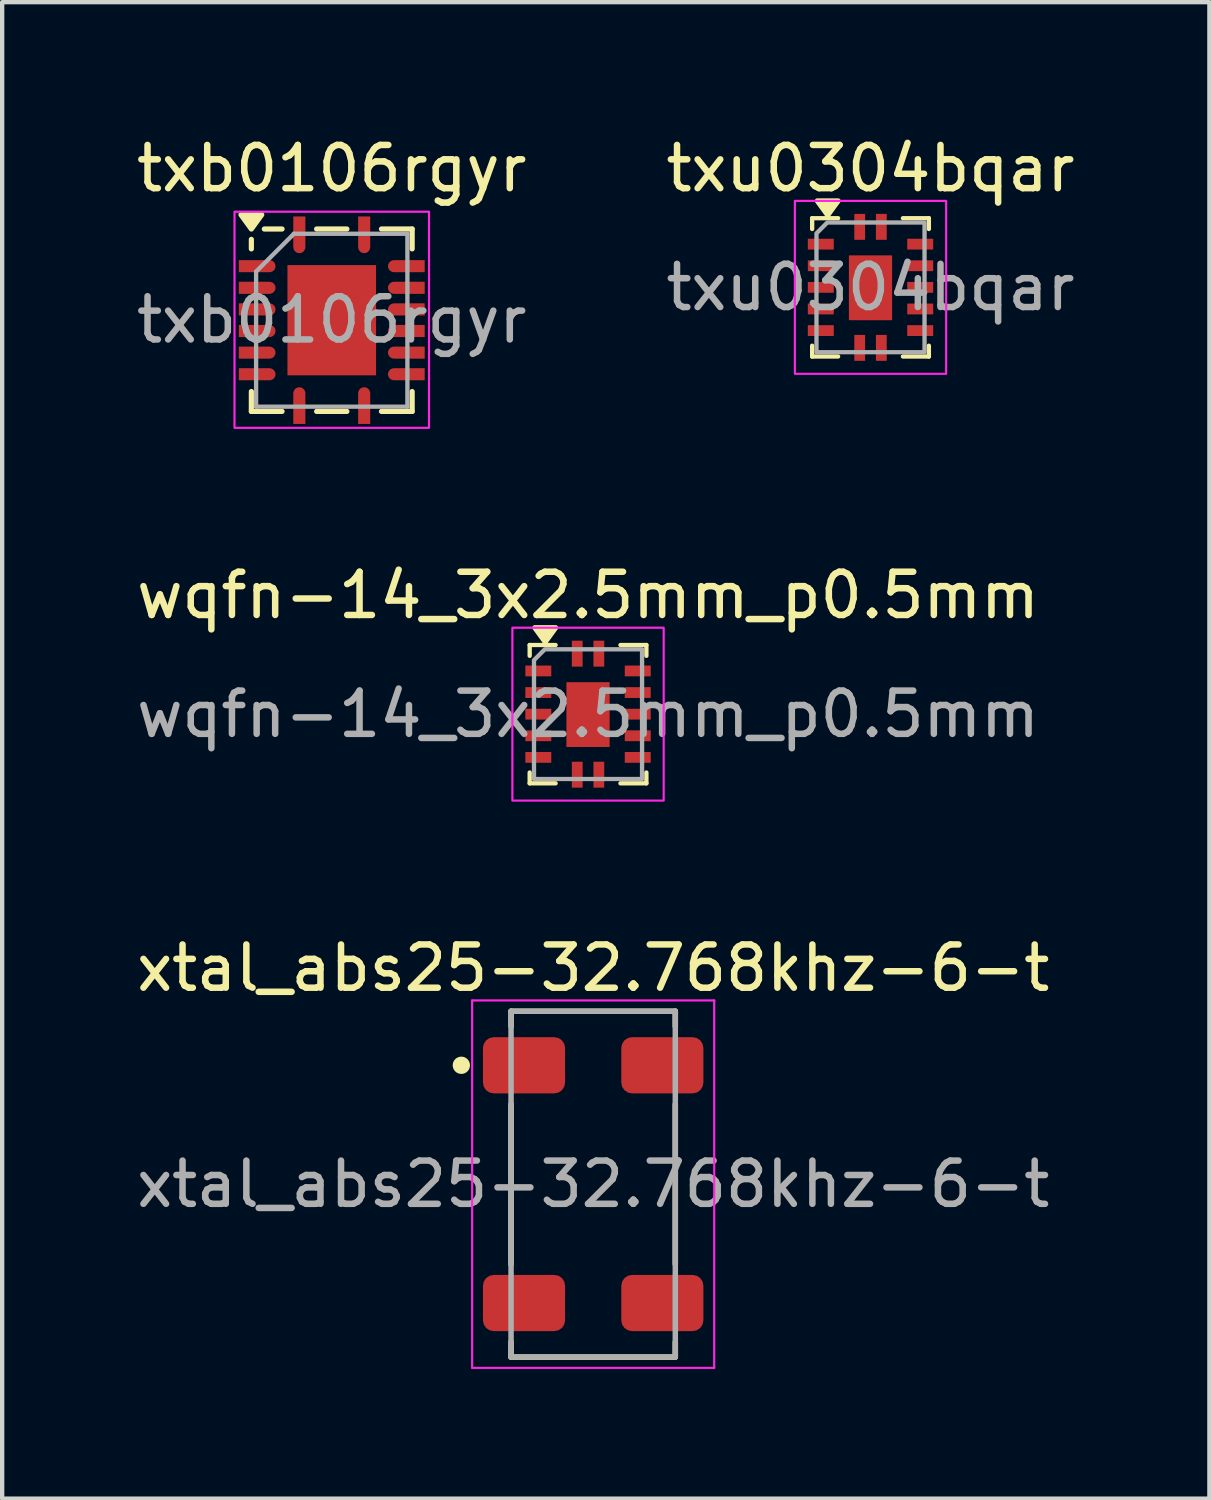
<source format=kicad_pcb>
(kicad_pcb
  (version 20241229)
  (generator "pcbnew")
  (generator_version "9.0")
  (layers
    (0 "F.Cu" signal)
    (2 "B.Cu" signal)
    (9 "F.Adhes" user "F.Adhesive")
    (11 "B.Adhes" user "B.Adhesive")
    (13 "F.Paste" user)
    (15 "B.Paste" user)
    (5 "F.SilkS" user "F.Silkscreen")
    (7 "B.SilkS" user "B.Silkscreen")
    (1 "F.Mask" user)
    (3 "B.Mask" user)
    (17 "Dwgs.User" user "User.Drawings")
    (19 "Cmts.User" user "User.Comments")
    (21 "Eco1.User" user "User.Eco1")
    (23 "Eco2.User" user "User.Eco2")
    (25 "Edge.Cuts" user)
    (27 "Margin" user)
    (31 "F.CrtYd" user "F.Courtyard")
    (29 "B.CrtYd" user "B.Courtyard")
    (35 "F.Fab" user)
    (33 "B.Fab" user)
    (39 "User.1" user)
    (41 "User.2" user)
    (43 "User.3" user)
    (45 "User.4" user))
  (footprint "xtal_abs25-32.768khz-6-t"
    (layer "F.Cu")
    (at 10.673 24.345)
    (property "Reference" "xtal_abs25-32.768khz-6-t" (at 0 -5 0) (layer "F.SilkS") (effects (font (size 1 1) (thickness 0.15))))
    (attr smd)
    (fp_line (start -1.9 -4) (end -1.9 -3.65) (stroke (width 0.127) (type solid)) (layer "F.SilkS"))
    (fp_line (start -1.9 -1.85) (end -1.9 1.85) (stroke (width 0.127) (type solid)) (layer "F.SilkS"))
    (fp_line (start -1.9 3.65) (end -1.9 4) (stroke (width 0.127) (type solid)) (layer "F.SilkS"))
    (fp_line (start -1.9 4) (end 1.9 4) (stroke (width 0.127) (type solid)) (layer "F.SilkS"))
    (fp_line (start 1.9 -4) (end -1.9 -4) (stroke (width 0.127) (type solid)) (layer "F.SilkS"))
    (fp_line (start 1.9 -3.65) (end 1.9 -4) (stroke (width 0.127) (type solid)) (layer "F.SilkS"))
    (fp_line (start 1.9 -1.85) (end 1.9 1.85) (stroke (width 0.127) (type solid)) (layer "F.SilkS"))
    (fp_line (start 1.9 4) (end 1.9 3.65) (stroke (width 0.127) (type solid)) (layer "F.SilkS"))
    (fp_circle (center -3.05 -2.75) (end -2.85 -2.75) (stroke (width 0) (type solid)) (fill yes) (layer "F.SilkS"))
    (fp_line (start -2.8 -4.25) (end 2.8 -4.25) (stroke (width 0.05) (type solid)) (layer "F.CrtYd"))
    (fp_line (start -2.8 4.25) (end -2.8 -4.25) (stroke (width 0.05) (type solid)) (layer "F.CrtYd"))
    (fp_line (start 2.8 -4.25) (end 2.8 4.25) (stroke (width 0.05) (type solid)) (layer "F.CrtYd"))
    (fp_line (start 2.8 4.25) (end -2.8 4.25) (stroke (width 0.05) (type solid)) (layer "F.CrtYd"))
    (fp_line (start -1.9 -4) (end 1.9 -4) (stroke (width 0.127) (type solid)) (layer "F.Fab"))
    (fp_line (start -1.9 4) (end -1.9 -4) (stroke (width 0.127) (type solid)) (layer "F.Fab"))
    (fp_line (start 1.9 -4) (end 1.9 4) (stroke (width 0.127) (type solid)) (layer "F.Fab"))
    (fp_line (start 1.9 4) (end -1.9 4) (stroke (width 0.127) (type solid)) (layer "F.Fab"))
    (fp_text user "${REFERENCE}" (at 0 0 0) (layer "F.Fab") (effects (font (size 1 1) (thickness 0.15))))
    (pad "1" smd roundrect (at -1.6 -2.75) (size 1.9 1.3) (layers "F.Cu" "F.Mask" "F.Paste") (roundrect_rratio 0.192))
    (pad "2" smd roundrect (at -1.6 2.75) (size 1.9 1.3) (layers "F.Cu" "F.Mask" "F.Paste") (roundrect_rratio 0.192))
    (pad "3" smd roundrect (at 1.6 2.75) (size 1.9 1.3) (layers "F.Cu" "F.Mask" "F.Paste") (roundrect_rratio 0.192))
    (pad "4" smd roundrect (at 1.6 -2.75) (size 1.9 1.3) (layers "F.Cu" "F.Mask" "F.Paste") (roundrect_rratio 0.192)))
  (footprint "txb0106rgyr"
    (layer "F.Cu")
    (at 4.625 4.348)
    (property "Reference" "txb0106rgyr" (at 0 -3.5 0) (unlocked yes) (layer "F.SilkS") (effects (font (size 1 1) (thickness 0.15))))
    (attr smd)
    (fp_line (start -1.86 -1.64) (end -1.86 -1.86) (stroke (width 0.12) (type solid)) (layer "F.SilkS"))
    (fp_line (start -1.86 2.12) (end -1.86 1.66) (stroke (width 0.12) (type solid)) (layer "F.SilkS"))
    (fp_line (start -1.15 -2.1) (end -1.56 -2.1) (stroke (width 0.12) (type solid)) (layer "F.SilkS"))
    (fp_line (start -1.15 2.12) (end -1.86 2.12) (stroke (width 0.12) (type solid)) (layer "F.SilkS"))
    (fp_line (start 0.35 -2.1) (end -0.35 -2.1) (stroke (width 0.12) (type solid)) (layer "F.SilkS"))
    (fp_line (start 0.35 2.12) (end -0.35 2.12) (stroke (width 0.12) (type solid)) (layer "F.SilkS"))
    (fp_line (start 1.15 -2.1) (end 1.86 -2.1) (stroke (width 0.12) (type solid)) (layer "F.SilkS"))
    (fp_line (start 1.15 2.12) (end 1.86 2.12) (stroke (width 0.12) (type solid)) (layer "F.SilkS"))
    (fp_line (start 1.86 -2.1) (end 1.86 -1.64) (stroke (width 0.12) (type solid)) (layer "F.SilkS"))
    (fp_line (start 1.86 2.12) (end 1.86 1.66) (stroke (width 0.12) (type solid)) (layer "F.SilkS"))
    (fp_poly (pts (xy -1.86 -2.1) (xy -2.1 -2.43) (xy -1.62 -2.43) (xy -1.86 -2.1)) (stroke (width 0.12) (type solid)) (fill yes) (layer "F.SilkS"))
    (fp_poly (pts (xy -2.25 -2.5) (xy 2.25 -2.5) (xy 2.25 2.5) (xy -2.25 2.5)) (stroke (width 0.05) (type solid)) (fill no) (layer "F.CrtYd"))
    (fp_line (start -1.75 -1.115) (end -0.875 -1.99) (stroke (width 0.1) (type solid)) (layer "F.Fab"))
    (fp_line (start -1.75 2.01) (end -1.75 -1.115) (stroke (width 0.1) (type solid)) (layer "F.Fab"))
    (fp_line (start -0.875 -1.99) (end 1.75 -1.99) (stroke (width 0.1) (type solid)) (layer "F.Fab"))
    (fp_line (start 1.75 -1.99) (end 1.75 2.01) (stroke (width 0.1) (type solid)) (layer "F.Fab"))
    (fp_line (start 1.75 2.01) (end -1.75 2.01) (stroke (width 0.1) (type solid)) (layer "F.Fab"))
    (fp_text user "${REFERENCE}" (at 0 0 0) (unlocked yes) (layer "F.Fab") (effects (font (size 1 1) (thickness 0.15))))
    (pad "" smd roundrect (at -0.56 -0.675) (size 0.82 1.07) (layers "F.Paste") (roundrect_rratio 0.25))
    (pad "" smd roundrect (at -0.56 0.695) (size 0.82 1.07) (layers "F.Paste") (roundrect_rratio 0.25))
    (pad "" smd roundrect (at 0.56 -0.675) (size 0.82 1.07) (layers "F.Paste") (roundrect_rratio 0.25))
    (pad "" smd roundrect (at 0.56 0.695) (size 0.82 1.07) (layers "F.Paste") (roundrect_rratio 0.25))
    (pad "1" smd custom (at -0.75 -2.035) (size 0.28 0.71) (layers "F.Cu" "F.Mask" "F.Paste") (options (anchor rect)) (primitives (gr_circle (center 0 0.355) (end 0.14 0.355) (width 0) (fill yes))))
    (pad "2" smd custom (at -1.795 -1.24) (size 0.71 0.28) (layers "F.Cu" "F.Mask" "F.Paste") (options (anchor rect)) (primitives (gr_circle (center 0.355 0) (end 0.495 0) (width 0) (fill yes))))
    (pad "3" smd custom (at -1.795 -0.74) (size 0.71 0.28) (layers "F.Cu" "F.Mask" "F.Paste") (options (anchor rect)) (primitives (gr_circle (center 0.355 0) (end 0.495 0) (width 0) (fill yes))))
    (pad "4" smd custom (at -1.795 -0.24) (size 0.71 0.28) (layers "F.Cu" "F.Mask" "F.Paste") (options (anchor rect)) (primitives (gr_circle (center 0.355 0) (end 0.495 0) (width 0) (fill yes))))
    (pad "5" smd custom (at -1.795 0.26) (size 0.71 0.28) (layers "F.Cu" "F.Mask" "F.Paste") (options (anchor rect)) (primitives (gr_circle (center 0.355 0) (end 0.495 0) (width 0) (fill yes))))
    (pad "6" smd custom (at -1.795 0.76) (size 0.71 0.28) (layers "F.Cu" "F.Mask" "F.Paste") (options (anchor rect)) (primitives (gr_circle (center 0.355 0) (end 0.495 0) (width 0) (fill yes))))
    (pad "7" smd custom (at -1.795 1.26) (size 0.71 0.28) (layers "F.Cu" "F.Mask" "F.Paste") (options (anchor rect)) (primitives (gr_circle (center 0.355 0) (end 0.495 0) (width 0) (fill yes))))
    (pad "8" smd custom (at -0.75 2.055) (size 0.28 0.71) (layers "F.Cu" "F.Mask" "F.Paste") (options (anchor rect)) (primitives (gr_circle (center 0 -0.355) (end 0.14 -0.355) (width 0) (fill yes))))
    (pad "9" smd custom (at 0.75 2.055) (size 0.28 0.71) (layers "F.Cu" "F.Mask" "F.Paste") (options (anchor rect)) (primitives (gr_circle (center 0 -0.355) (end 0.14 -0.355) (width 0) (fill yes))))
    (pad "10" smd custom (at 1.795 1.26) (size 0.71 0.28) (layers "F.Cu" "F.Mask" "F.Paste") (options (anchor rect)) (primitives (gr_circle (center -0.355 0) (end -0.215 0) (width 0) (fill yes))))
    (pad "11" smd custom (at 1.795 0.76) (size 0.71 0.28) (layers "F.Cu" "F.Mask" "F.Paste") (options (anchor rect)) (primitives (gr_circle (center -0.355 0) (end -0.215 0) (width 0) (fill yes))))
    (pad "12" smd custom (at 1.795 0.26) (size 0.71 0.28) (layers "F.Cu" "F.Mask" "F.Paste") (options (anchor rect)) (primitives (gr_circle (center -0.355 0) (end -0.215 0) (width 0) (fill yes))))
    (pad "13" smd custom (at 1.795 -0.24) (size 0.71 0.28) (layers "F.Cu" "F.Mask" "F.Paste") (options (anchor rect)) (primitives (gr_circle (center -0.355 0) (end -0.215 0) (width 0) (fill yes))))
    (pad "14" smd custom (at 1.795 -0.74) (size 0.71 0.28) (layers "F.Cu" "F.Mask" "F.Paste") (options (anchor rect)) (primitives (gr_circle (center -0.355 0) (end -0.215 0) (width 0) (fill yes))))
    (pad "15" smd custom (at 1.795 -1.24) (size 0.71 0.28) (layers "F.Cu" "F.Mask" "F.Paste") (options (anchor rect)) (primitives (gr_circle (center -0.355 0) (end -0.215 0) (width 0) (fill yes))))
    (pad "16" smd custom (at 0.75 -2.035) (size 0.28 0.71) (layers "F.Cu" "F.Mask" "F.Paste") (options (anchor rect)) (primitives (gr_circle (center 0 0.355) (end 0.14 0.355) (width 0) (fill yes))))
    (pad "17" smd rect (at 0 0.01) (size 2.05 2.55) (layers "F.Cu" "F.Mask")))
  (footprint "txu0304bqar"
    (layer "F.Cu")
    (at 17.089 3.598)
    (property "Reference" "txu0304bqar" (at 0 -2.75 0) (unlocked yes) (layer "F.SilkS") (effects (font (size 1 1) (thickness 0.15))))
    (attr smd)
    (fp_line (start -1.35 -1.6) (end -1.35 -1.35) (stroke (width 0.1) (type solid)) (layer "F.SilkS"))
    (fp_line (start -1.35 1.6) (end -1.35 1.35) (stroke (width 0.1) (type solid)) (layer "F.SilkS"))
    (fp_line (start -1.35 1.6) (end -0.75 1.6) (stroke (width 0.1) (type default)) (layer "F.SilkS"))
    (fp_line (start -0.75 -1.6) (end -1.35 -1.6) (stroke (width 0.1) (type default)) (layer "F.SilkS"))
    (fp_line (start 0.75 1.6) (end 1.35 1.6) (stroke (width 0.1) (type default)) (layer "F.SilkS"))
    (fp_line (start 1.35 -1.6) (end 0.75 -1.6) (stroke (width 0.1) (type default)) (layer "F.SilkS"))
    (fp_line (start 1.35 -1.6) (end 1.35 -1.35) (stroke (width 0.1) (type solid)) (layer "F.SilkS"))
    (fp_line (start 1.35 1.6) (end 1.35 1.35) (stroke (width 0.1) (type solid)) (layer "F.SilkS"))
    (fp_poly (pts (xy -0.99 -1.67) (xy -1.23 -2) (xy -0.75 -2) (xy -0.99 -1.67)) (stroke (width 0.12) (type solid)) (fill yes) (layer "F.SilkS"))
    (fp_poly (pts (xy -1.75 -2) (xy 1.75 -2) (xy 1.75 2) (xy -1.75 2)) (stroke (width 0.05) (type solid)) (fill no) (layer "F.CrtYd"))
    (fp_poly (pts (xy -1.25 -1.25) (xy -1.25 1.5) (xy 1.25 1.5) (xy 1.25 -1.5) (xy -1 -1.5)) (stroke (width 0.1) (type solid)) (fill no) (layer "F.Fab"))
    (fp_text user "${REFERENCE}" (at 0 0 0) (unlocked yes) (layer "F.Fab") (effects (font (size 1 1) (thickness 0.15))))
    (pad "" smd rect (at 0 0) (size 0.95 1.38) (layers "F.Paste"))
    (pad "1" smd rect (at -0.25 -1.4 90) (size 0.6 0.25) (layers "F.Cu" "F.Mask" "F.Paste"))
    (pad "2" smd rect (at -1.15 -1 180) (size 0.6 0.25) (layers "F.Cu" "F.Mask" "F.Paste"))
    (pad "3" smd rect (at -1.15 -0.5 180) (size 0.6 0.25) (layers "F.Cu" "F.Mask" "F.Paste"))
    (pad "4" smd rect (at -1.15 0 180) (size 0.6 0.25) (layers "F.Cu" "F.Mask" "F.Paste"))
    (pad "5" smd rect (at -1.15 0.5 180) (size 0.6 0.25) (layers "F.Cu" "F.Mask" "F.Paste"))
    (pad "6" smd rect (at -1.15 1 180) (size 0.6 0.25) (layers "F.Cu" "F.Mask" "F.Paste"))
    (pad "7" smd rect (at -0.25 1.4 90) (size 0.6 0.25) (layers "F.Cu" "F.Mask" "F.Paste"))
    (pad "8" smd rect (at 0.25 1.4 90) (size 0.6 0.25) (layers "F.Cu" "F.Mask" "F.Paste"))
    (pad "9" smd rect (at 1.15 1 180) (size 0.6 0.25) (layers "F.Cu" "F.Mask" "F.Paste"))
    (pad "10" smd rect (at 1.15 0.5 180) (size 0.6 0.25) (layers "F.Cu" "F.Mask" "F.Paste"))
    (pad "11" smd rect (at 1.15 0 180) (size 0.6 0.25) (layers "F.Cu" "F.Mask" "F.Paste"))
    (pad "12" smd rect (at 1.15 -0.5 180) (size 0.6 0.25) (layers "F.Cu" "F.Mask" "F.Paste"))
    (pad "13" smd rect (at 1.15 -1 180) (size 0.6 0.25) (layers "F.Cu" "F.Mask" "F.Paste"))
    (pad "14" smd rect (at 0.25 -1.4 90) (size 0.6 0.25) (layers "F.Cu" "F.Mask" "F.Paste"))
    (pad "15" smd rect (at 0 0.01) (size 1 1.5) (layers "F.Cu" "F.Mask")))
  (footprint "wqfn-14_3x2.5mm_p0.5mm"
    (layer "F.Cu")
    (at 10.554 13.472)
    (property "Reference" "wqfn-14_3x2.5mm_p0.5mm" (at 0 -2.75 0) (unlocked yes) (layer "F.SilkS") (effects (font (size 1 1) (thickness 0.15))))
    (attr smd)
    (fp_line (start -1.35 -1.6) (end -1.35 -1.35) (stroke (width 0.1) (type solid)) (layer "F.SilkS"))
    (fp_line (start -1.35 1.6) (end -1.35 1.35) (stroke (width 0.1) (type solid)) (layer "F.SilkS"))
    (fp_line (start -1.35 1.6) (end -0.75 1.6) (stroke (width 0.1) (type default)) (layer "F.SilkS"))
    (fp_line (start -0.75 -1.6) (end -1.35 -1.6) (stroke (width 0.1) (type default)) (layer "F.SilkS"))
    (fp_line (start 0.75 1.6) (end 1.35 1.6) (stroke (width 0.1) (type default)) (layer "F.SilkS"))
    (fp_line (start 1.35 -1.6) (end 0.75 -1.6) (stroke (width 0.1) (type default)) (layer "F.SilkS"))
    (fp_line (start 1.35 -1.6) (end 1.35 -1.35) (stroke (width 0.1) (type solid)) (layer "F.SilkS"))
    (fp_line (start 1.35 1.6) (end 1.35 1.35) (stroke (width 0.1) (type solid)) (layer "F.SilkS"))
    (fp_poly (pts (xy -0.99 -1.67) (xy -1.23 -2) (xy -0.75 -2) (xy -0.99 -1.67)) (stroke (width 0.12) (type solid)) (fill yes) (layer "F.SilkS"))
    (fp_poly (pts (xy -1.75 -2) (xy 1.75 -2) (xy 1.75 2) (xy -1.75 2)) (stroke (width 0.05) (type solid)) (fill no) (layer "F.CrtYd"))
    (fp_poly (pts (xy -1.25 -1.25) (xy -1.25 1.5) (xy 1.25 1.5) (xy 1.25 -1.5) (xy -1 -1.5)) (stroke (width 0.1) (type solid)) (fill no) (layer "F.Fab"))
    (fp_text user "${REFERENCE}" (at 0 0 0) (unlocked yes) (layer "F.Fab") (effects (font (size 1 1) (thickness 0.15))))
    (pad "" smd rect (at 0 0) (size 0.95 1.38) (layers "F.Paste"))
    (pad "1" smd rect (at -0.25 -1.4 90) (size 0.6 0.25) (layers "F.Cu" "F.Mask" "F.Paste"))
    (pad "2" smd rect (at -1.15 -1 180) (size 0.6 0.25) (layers "F.Cu" "F.Mask" "F.Paste"))
    (pad "3" smd rect (at -1.15 -0.5 180) (size 0.6 0.25) (layers "F.Cu" "F.Mask" "F.Paste"))
    (pad "4" smd rect (at -1.15 0 180) (size 0.6 0.25) (layers "F.Cu" "F.Mask" "F.Paste"))
    (pad "5" smd rect (at -1.15 0.5 180) (size 0.6 0.25) (layers "F.Cu" "F.Mask" "F.Paste"))
    (pad "6" smd rect (at -1.15 1 180) (size 0.6 0.25) (layers "F.Cu" "F.Mask" "F.Paste"))
    (pad "7" smd rect (at -0.25 1.4 90) (size 0.6 0.25) (layers "F.Cu" "F.Mask" "F.Paste"))
    (pad "8" smd rect (at 0.25 1.4 90) (size 0.6 0.25) (layers "F.Cu" "F.Mask" "F.Paste"))
    (pad "9" smd rect (at 1.15 1 180) (size 0.6 0.25) (layers "F.Cu" "F.Mask" "F.Paste"))
    (pad "10" smd rect (at 1.15 0.5 180) (size 0.6 0.25) (layers "F.Cu" "F.Mask" "F.Paste"))
    (pad "11" smd rect (at 1.15 0 180) (size 0.6 0.25) (layers "F.Cu" "F.Mask" "F.Paste"))
    (pad "12" smd rect (at 1.15 -0.5 180) (size 0.6 0.25) (layers "F.Cu" "F.Mask" "F.Paste"))
    (pad "13" smd rect (at 1.15 -1 180) (size 0.6 0.25) (layers "F.Cu" "F.Mask" "F.Paste"))
    (pad "14" smd rect (at 0.25 -1.4 90) (size 0.6 0.25) (layers "F.Cu" "F.Mask" "F.Paste"))
    (pad "15" smd rect (at 0 0.01) (size 1 1.5) (layers "F.Cu" "F.Mask")))
  (gr_rect
    (start -3 -3)
    (end 24.929 31.62)
    (stroke (width 0.1) (type default))
    (fill no)
    (layer "Edge.Cuts")))
</source>
